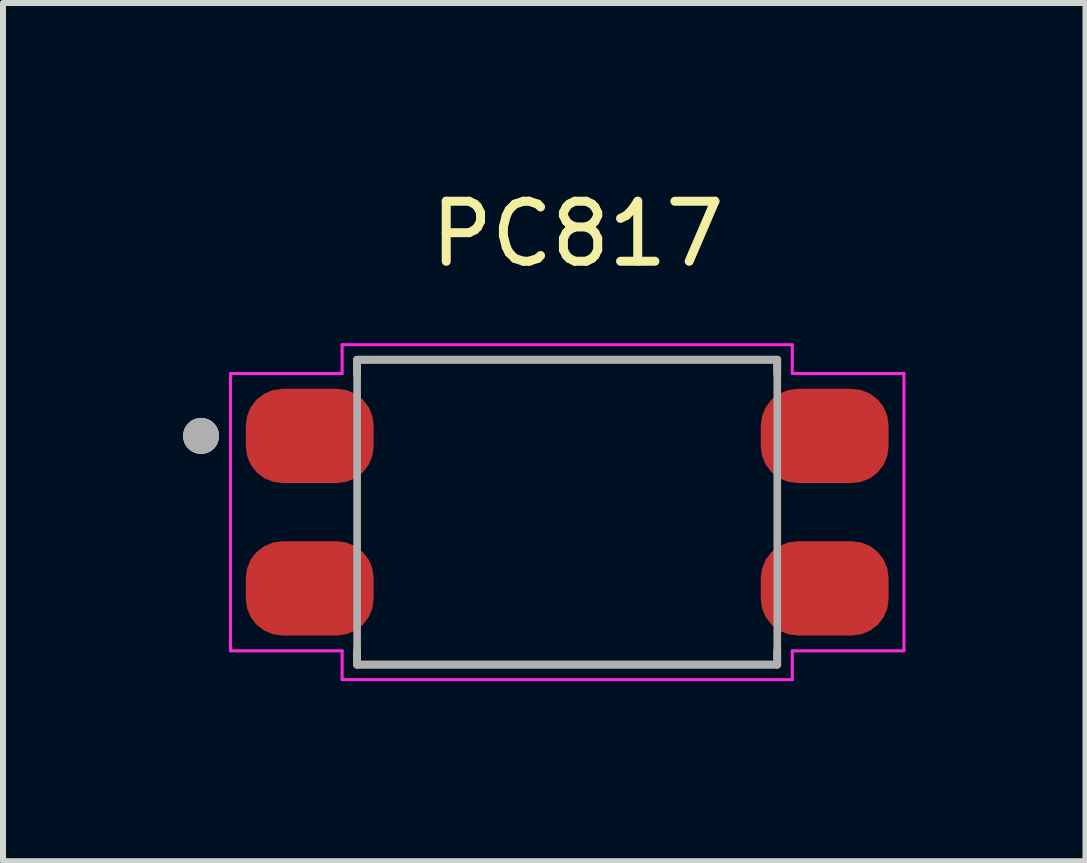
<source format=kicad_pcb>
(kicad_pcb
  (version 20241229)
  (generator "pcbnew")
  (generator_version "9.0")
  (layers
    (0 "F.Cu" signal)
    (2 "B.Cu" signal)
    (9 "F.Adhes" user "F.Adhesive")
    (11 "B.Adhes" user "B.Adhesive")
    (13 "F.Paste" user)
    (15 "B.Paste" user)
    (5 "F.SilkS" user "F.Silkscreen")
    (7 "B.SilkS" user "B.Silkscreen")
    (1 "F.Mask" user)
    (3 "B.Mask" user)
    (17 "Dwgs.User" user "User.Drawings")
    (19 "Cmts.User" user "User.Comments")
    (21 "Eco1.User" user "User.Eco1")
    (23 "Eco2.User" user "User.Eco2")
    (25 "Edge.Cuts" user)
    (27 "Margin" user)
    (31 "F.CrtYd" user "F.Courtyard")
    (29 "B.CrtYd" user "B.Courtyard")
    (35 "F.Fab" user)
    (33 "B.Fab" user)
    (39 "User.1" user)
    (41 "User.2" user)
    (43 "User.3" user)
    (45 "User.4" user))
  (footprint "PC817"
    (layer "F.Cu")
    (at 6.4 5.483)
    (property "Reference" "PC817" (at 0.175 -4.635 0) (layer "F.SilkS") (effects (font (size 1 1) (thickness 0.15))))
    (attr smd)
    (fp_line (start -3.5 -2.54) (end 3.5 -2.54) (stroke (width 0.127) (type solid)) (layer "F.SilkS"))
    (fp_line (start -3.5 -2.304) (end -3.5 -2.54) (stroke (width 0.127) (type solid)) (layer "F.SilkS"))
    (fp_line (start -3.5 2.54) (end -3.5 2.304) (stroke (width 0.127) (type solid)) (layer "F.SilkS"))
    (fp_line (start 3.5 -2.54) (end 3.5 -2.304) (stroke (width 0.127) (type solid)) (layer "F.SilkS"))
    (fp_line (start 3.5 2.304) (end 3.5 2.54) (stroke (width 0.127) (type solid)) (layer "F.SilkS"))
    (fp_line (start 3.5 2.54) (end -3.5 2.54) (stroke (width 0.127) (type solid)) (layer "F.SilkS"))
    (fp_circle (center -6.1 -1.27) (end -5.95 -1.27) (stroke (width 0.3) (type solid)) (fill no) (layer "F.SilkS"))
    (fp_line (start -5.61 -2.31) (end -3.75 -2.31) (stroke (width 0.05) (type solid)) (layer "F.CrtYd"))
    (fp_line (start -5.61 2.31) (end -5.61 -2.31) (stroke (width 0.05) (type solid)) (layer "F.CrtYd"))
    (fp_line (start -3.75 -2.79) (end 3.75 -2.79) (stroke (width 0.05) (type solid)) (layer "F.CrtYd"))
    (fp_line (start -3.75 -2.31) (end -3.75 -2.79) (stroke (width 0.05) (type solid)) (layer "F.CrtYd"))
    (fp_line (start -3.75 2.31) (end -5.61 2.31) (stroke (width 0.05) (type solid)) (layer "F.CrtYd"))
    (fp_line (start -3.75 2.79) (end -3.75 2.31) (stroke (width 0.05) (type solid)) (layer "F.CrtYd"))
    (fp_line (start 3.75 -2.79) (end 3.75 -2.31) (stroke (width 0.05) (type solid)) (layer "F.CrtYd"))
    (fp_line (start 3.75 -2.31) (end 5.61 -2.31) (stroke (width 0.05) (type solid)) (layer "F.CrtYd"))
    (fp_line (start 3.75 2.31) (end 3.75 2.79) (stroke (width 0.05) (type solid)) (layer "F.CrtYd"))
    (fp_line (start 3.75 2.79) (end -3.75 2.79) (stroke (width 0.05) (type solid)) (layer "F.CrtYd"))
    (fp_line (start 5.61 -2.31) (end 5.61 2.31) (stroke (width 0.05) (type solid)) (layer "F.CrtYd"))
    (fp_line (start 5.61 2.31) (end 3.75 2.31) (stroke (width 0.05) (type solid)) (layer "F.CrtYd"))
    (fp_line (start -3.5 -2.54) (end 3.5 -2.54) (stroke (width 0.127) (type solid)) (layer "F.Fab"))
    (fp_line (start -3.5 2.54) (end -3.5 -2.54) (stroke (width 0.127) (type solid)) (layer "F.Fab"))
    (fp_line (start 3.5 -2.54) (end 3.5 2.54) (stroke (width 0.127) (type solid)) (layer "F.Fab"))
    (fp_line (start 3.5 2.54) (end -3.5 2.54) (stroke (width 0.127) (type solid)) (layer "F.Fab"))
    (fp_circle (center -6.1 -1.27) (end -5.95 -1.27) (stroke (width 0.3) (type solid)) (fill no) (layer "F.Fab"))
    (pad "1" smd roundrect (at -4.29 -1.27) (size 2.13 1.57) (layers "F.Cu" "F.Mask" "F.Paste") (roundrect_rratio 0.39))
    (pad "2" smd roundrect (at -4.29 1.27) (size 2.13 1.57) (layers "F.Cu" "F.Mask" "F.Paste") (roundrect_rratio 0.39))
    (pad "3" smd roundrect (at 4.29 1.27) (size 2.13 1.57) (layers "F.Cu" "F.Mask" "F.Paste") (roundrect_rratio 0.39))
    (pad "4" smd roundrect (at 4.29 -1.27) (size 2.13 1.57) (layers "F.Cu" "F.Mask" "F.Paste") (roundrect_rratio 0.39)))
  (gr_rect
    (start -3 -3)
    (end 15.035 11.298)
    (stroke (width 0.1) (type default))
    (fill no)
    (layer "Edge.Cuts")))
</source>
